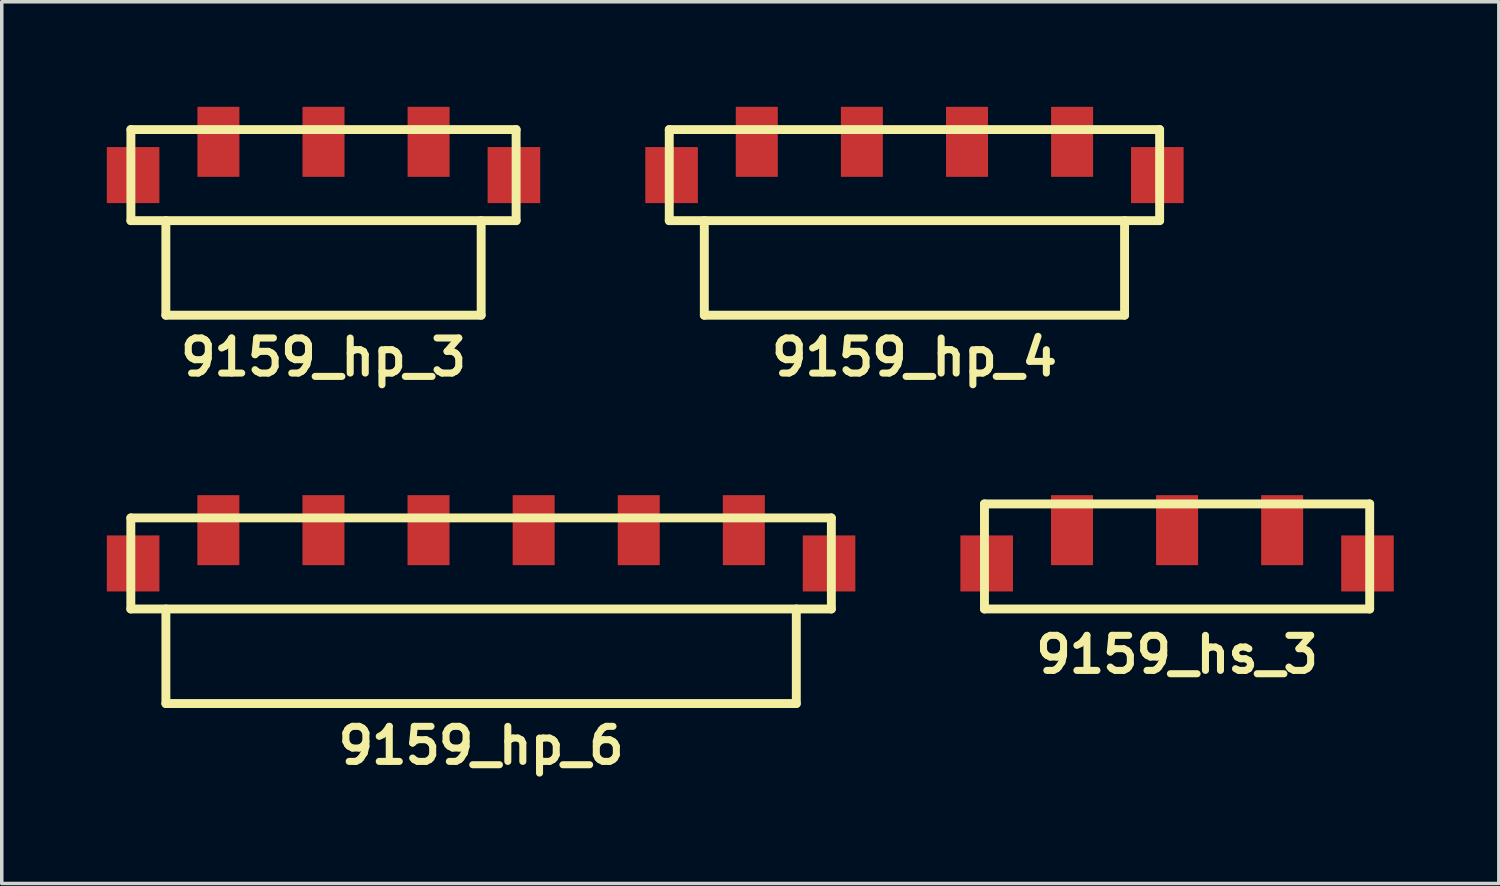
<source format=kicad_pcb>
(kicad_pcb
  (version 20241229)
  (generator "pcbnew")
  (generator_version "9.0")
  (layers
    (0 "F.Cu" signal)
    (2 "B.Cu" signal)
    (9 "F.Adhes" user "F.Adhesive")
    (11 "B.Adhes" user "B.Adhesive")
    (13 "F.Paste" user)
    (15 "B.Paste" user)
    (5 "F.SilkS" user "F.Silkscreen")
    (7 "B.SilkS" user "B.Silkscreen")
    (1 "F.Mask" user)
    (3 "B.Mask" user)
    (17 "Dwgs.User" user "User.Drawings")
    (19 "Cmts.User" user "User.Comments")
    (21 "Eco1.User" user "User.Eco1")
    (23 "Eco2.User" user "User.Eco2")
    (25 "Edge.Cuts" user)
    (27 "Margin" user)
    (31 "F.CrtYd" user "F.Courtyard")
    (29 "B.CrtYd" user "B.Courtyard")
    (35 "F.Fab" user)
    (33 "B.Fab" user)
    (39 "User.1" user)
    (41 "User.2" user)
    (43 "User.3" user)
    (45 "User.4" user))
  (footprint "9159_hp_3"
    (layer "F.Cu")
    (at 6.186 1.949)
    (property "Reference" "9159_hp_3" (at 0 5.199 0) (layer "F.SilkS") (effects (font (size 1.001 1.001) (thickness 0.201))))
    (attr smd)
    (fp_line (start -5.499 -1.3) (end -5.499 1.3) (stroke (width 0.254) (type solid)) (layer "F.SilkS"))
    (fp_line (start -5.499 -1.3) (end 5.499 -1.3) (stroke (width 0.254) (type solid)) (layer "F.SilkS"))
    (fp_line (start -4.501 1.3) (end -4.501 4) (stroke (width 0.254) (type solid)) (layer "F.SilkS"))
    (fp_line (start -4.501 4) (end 4.501 4) (stroke (width 0.254) (type solid)) (layer "F.SilkS"))
    (fp_line (start 4.501 4) (end 4.501 1.3) (stroke (width 0.254) (type solid)) (layer "F.SilkS"))
    (fp_line (start 5.499 1.3) (end -5.499 1.3) (stroke (width 0.254) (type solid)) (layer "F.SilkS"))
    (fp_line (start 5.499 1.3) (end 5.499 -1.3) (stroke (width 0.254) (type solid)) (layer "F.SilkS"))
    (pad "1" smd rect (at -3 -0.95) (size 1.199 1.999) (layers "F.Cu" "F.Mask" "F.Paste"))
    (pad "2" smd rect (at 0 -0.95) (size 1.199 1.999) (layers "F.Cu" "F.Mask" "F.Paste"))
    (pad "3" smd rect (at 3 -0.95) (size 1.199 1.999) (layers "F.Cu" "F.Mask" "F.Paste"))
    (pad "4" smd rect (at -5.436 0) (size 1.501 1.6) (layers "F.Cu" "F.Mask" "F.Paste"))
    (pad "4" smd rect (at 5.436 0) (size 1.501 1.6) (layers "F.Cu" "F.Mask" "F.Paste")))
  (footprint "9159_hp_6"
    (layer "F.Cu")
    (at 10.685 13.036)
    (property "Reference" "9159_hp_6" (at 0 5.199 0) (layer "F.SilkS") (effects (font (size 1.001 1.001) (thickness 0.201))))
    (attr smd)
    (fp_line (start -10 -1.3) (end -10 1.3) (stroke (width 0.254) (type solid)) (layer "F.SilkS"))
    (fp_line (start -10 -1.3) (end 10 -1.3) (stroke (width 0.254) (type solid)) (layer "F.SilkS"))
    (fp_line (start -8.999 1.3) (end -8.999 4) (stroke (width 0.254) (type solid)) (layer "F.SilkS"))
    (fp_line (start 8.999 4) (end -8.999 4) (stroke (width 0.254) (type solid)) (layer "F.SilkS"))
    (fp_line (start 8.999 4) (end 8.999 1.3) (stroke (width 0.254) (type solid)) (layer "F.SilkS"))
    (fp_line (start 10 1.3) (end -10 1.3) (stroke (width 0.254) (type solid)) (layer "F.SilkS"))
    (fp_line (start 10 1.3) (end 10 -1.3) (stroke (width 0.254) (type solid)) (layer "F.SilkS"))
    (pad "1" smd rect (at -7.501 -0.95) (size 1.199 1.999) (layers "F.Cu" "F.Mask" "F.Paste"))
    (pad "2" smd rect (at -4.501 -0.95) (size 1.199 1.999) (layers "F.Cu" "F.Mask" "F.Paste"))
    (pad "3" smd rect (at -1.501 -0.95) (size 1.199 1.999) (layers "F.Cu" "F.Mask" "F.Paste"))
    (pad "4" smd rect (at 1.501 -0.95) (size 1.199 1.999) (layers "F.Cu" "F.Mask" "F.Paste"))
    (pad "5" smd rect (at 4.501 -0.95) (size 1.199 1.999) (layers "F.Cu" "F.Mask" "F.Paste"))
    (pad "6" smd rect (at 7.501 -0.95) (size 1.199 1.999) (layers "F.Cu" "F.Mask" "F.Paste"))
    (pad "7" smd rect (at -9.934 0) (size 1.501 1.6) (layers "F.Cu" "F.Mask" "F.Paste"))
    (pad "7" smd rect (at 9.934 0) (size 1.501 1.6) (layers "F.Cu" "F.Mask" "F.Paste")))
  (footprint "9159_hs_3"
    (layer "F.Cu")
    (at 30.555 13.036)
    (property "Reference" "9159_hs_3" (at 0 2.601 0) (layer "F.SilkS") (effects (font (size 1.001 1.001) (thickness 0.201))))
    (attr smd)
    (fp_line (start -5.499 -1.699) (end -5.499 1.3) (stroke (width 0.254) (type solid)) (layer "F.SilkS"))
    (fp_line (start -5.499 -1.699) (end 5.499 -1.699) (stroke (width 0.254) (type solid)) (layer "F.SilkS"))
    (fp_line (start 5.499 -1.699) (end 5.499 1.3) (stroke (width 0.254) (type solid)) (layer "F.SilkS"))
    (fp_line (start 5.499 1.3) (end -5.499 1.3) (stroke (width 0.254) (type solid)) (layer "F.SilkS"))
    (pad "1" smd rect (at -3 -0.95) (size 1.199 1.999) (layers "F.Cu" "F.Mask" "F.Paste"))
    (pad "2" smd rect (at 0 -0.95) (size 1.199 1.999) (layers "F.Cu" "F.Mask" "F.Paste"))
    (pad "3" smd rect (at 3 -0.95) (size 1.199 1.999) (layers "F.Cu" "F.Mask" "F.Paste"))
    (pad "4" smd rect (at -5.436 0) (size 1.501 1.6) (layers "F.Cu" "F.Mask" "F.Paste"))
    (pad "4" smd rect (at 5.436 0) (size 1.501 1.6) (layers "F.Cu" "F.Mask" "F.Paste")))
  (footprint "9159_hp_4"
    (layer "F.Cu")
    (at 23.057 1.949)
    (property "Reference" "9159_hp_4" (at 0 5.199 0) (layer "F.SilkS") (effects (font (size 1.001 1.001) (thickness 0.201))))
    (attr smd)
    (fp_line (start -7 -1.3) (end -7 1.3) (stroke (width 0.254) (type solid)) (layer "F.SilkS"))
    (fp_line (start -7 1.3) (end 7 1.3) (stroke (width 0.254) (type solid)) (layer "F.SilkS"))
    (fp_line (start -5.999 1.3) (end -5.999 4) (stroke (width 0.254) (type solid)) (layer "F.SilkS"))
    (fp_line (start 5.999 4) (end -5.999 4) (stroke (width 0.254) (type solid)) (layer "F.SilkS"))
    (fp_line (start 5.999 4) (end 5.999 1.3) (stroke (width 0.254) (type solid)) (layer "F.SilkS"))
    (fp_line (start 7 -1.3) (end -7 -1.3) (stroke (width 0.254) (type solid)) (layer "F.SilkS"))
    (fp_line (start 7 1.3) (end 7 -1.3) (stroke (width 0.254) (type solid)) (layer "F.SilkS"))
    (pad "1" smd rect (at -4.501 -0.95) (size 1.199 1.999) (layers "F.Cu" "F.Mask" "F.Paste"))
    (pad "2" smd rect (at -1.501 -0.95) (size 1.199 1.999) (layers "F.Cu" "F.Mask" "F.Paste"))
    (pad "3" smd rect (at 1.501 -0.95) (size 1.199 1.999) (layers "F.Cu" "F.Mask" "F.Paste"))
    (pad "4" smd rect (at 4.501 -0.95) (size 1.199 1.999) (layers "F.Cu" "F.Mask" "F.Paste"))
    (pad "5" smd rect (at -6.934 0) (size 1.501 1.6) (layers "F.Cu" "F.Mask" "F.Paste"))
    (pad "5" smd rect (at 6.934 0) (size 1.501 1.6) (layers "F.Cu" "F.Mask" "F.Paste")))
  (gr_rect
    (start -3 -3)
    (end 39.741 22.173)
    (stroke (width 0.1) (type default))
    (fill no)
    (layer "Edge.Cuts")))
</source>
